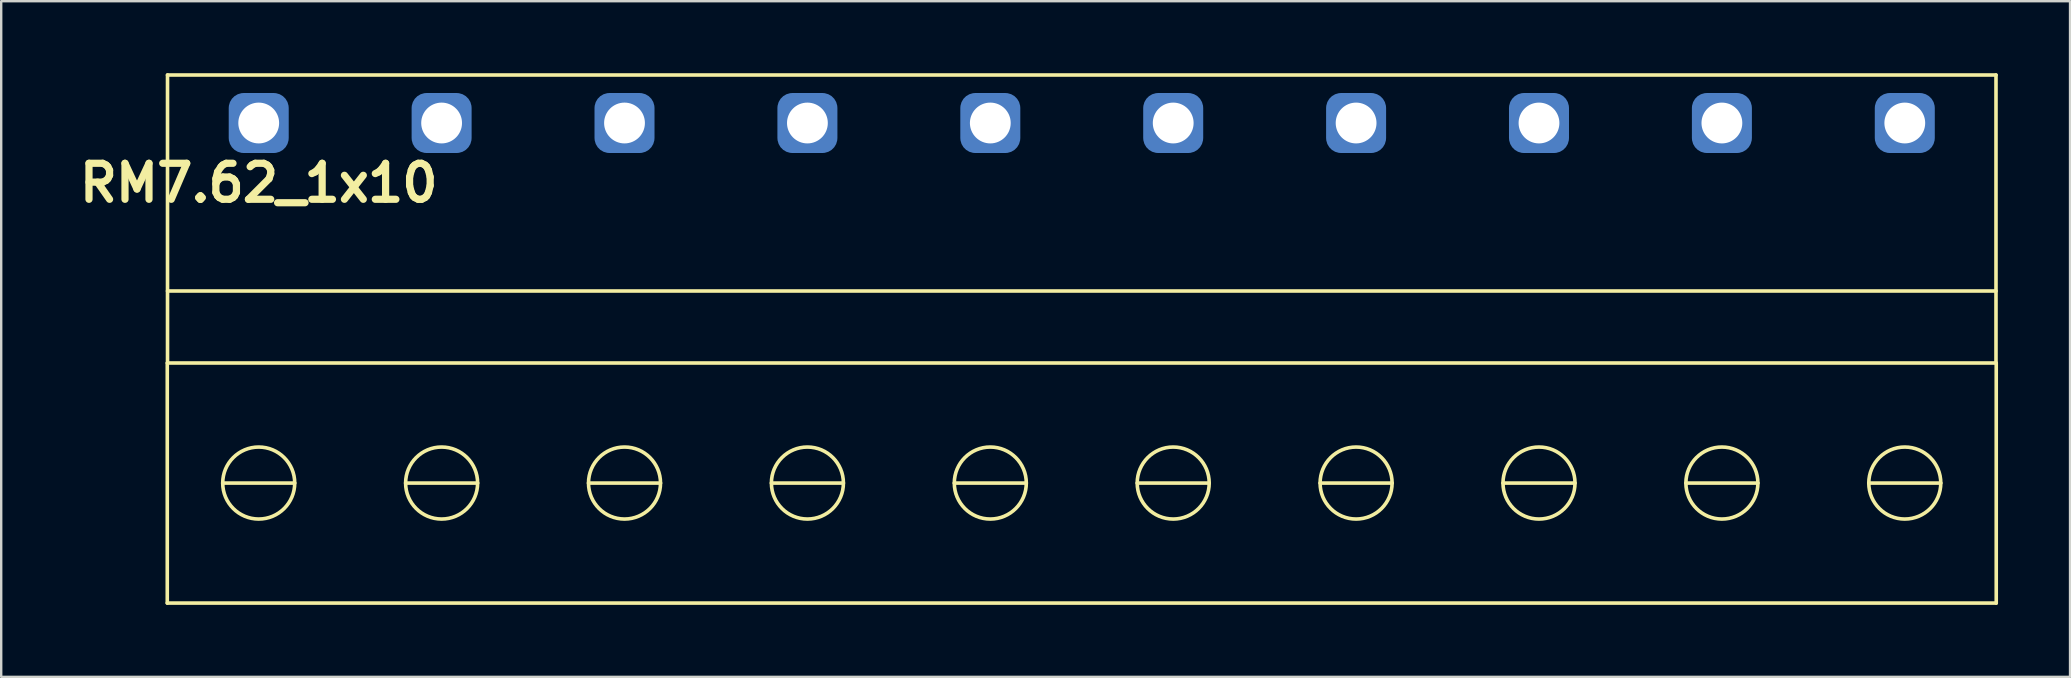
<source format=kicad_pcb>
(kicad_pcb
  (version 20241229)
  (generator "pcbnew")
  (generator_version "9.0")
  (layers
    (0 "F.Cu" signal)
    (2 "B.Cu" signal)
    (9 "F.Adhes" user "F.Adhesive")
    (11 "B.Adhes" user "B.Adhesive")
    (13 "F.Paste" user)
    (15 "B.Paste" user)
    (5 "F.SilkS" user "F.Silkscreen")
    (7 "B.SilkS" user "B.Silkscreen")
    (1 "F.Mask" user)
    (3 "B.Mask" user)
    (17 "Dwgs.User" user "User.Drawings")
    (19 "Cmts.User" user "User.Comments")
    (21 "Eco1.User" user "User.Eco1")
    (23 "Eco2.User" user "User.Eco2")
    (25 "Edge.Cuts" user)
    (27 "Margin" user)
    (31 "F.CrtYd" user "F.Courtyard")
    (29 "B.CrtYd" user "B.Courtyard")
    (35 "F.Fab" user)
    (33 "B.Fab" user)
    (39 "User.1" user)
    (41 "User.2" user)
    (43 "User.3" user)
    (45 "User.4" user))
  (footprint "RM7.62_1x10"
    (layer "F.Cu")
    (at 7.729 2.075)
    (property "Reference" "RM7.62_1x10" (at 0 2.5 0) (layer "F.SilkS") (effects (font (size 1.5 1.5) (thickness 0.3))))
    (attr through_hole)
    (fp_line (start -3.81 20) (end -3.81 10) (stroke (width 0.15) (type solid)) (layer "F.SilkS"))
    (fp_line (start -3.81 20) (end 72.39 20) (stroke (width 0.15) (type solid)) (layer "F.SilkS"))
    (fp_line (start -3.8 -2) (end -3.8 10) (stroke (width 0.15) (type solid)) (layer "F.SilkS"))
    (fp_line (start -3.8 7) (end 72.38 7) (stroke (width 0.15) (type solid)) (layer "F.SilkS"))
    (fp_line (start -3.8 10) (end 72.38 10) (stroke (width 0.15) (type solid)) (layer "F.SilkS"))
    (fp_line (start -1.5 15) (end 1.5 15) (stroke (width 0.15) (type solid)) (layer "F.SilkS"))
    (fp_line (start 6.12 15) (end 9.12 15) (stroke (width 0.15) (type solid)) (layer "F.SilkS"))
    (fp_line (start 13.74 15) (end 16.74 15) (stroke (width 0.15) (type solid)) (layer "F.SilkS"))
    (fp_line (start 21.36 15) (end 24.36 15) (stroke (width 0.15) (type solid)) (layer "F.SilkS"))
    (fp_line (start 28.98 15) (end 31.98 15) (stroke (width 0.15) (type solid)) (layer "F.SilkS"))
    (fp_line (start 36.6 15) (end 39.6 15) (stroke (width 0.15) (type solid)) (layer "F.SilkS"))
    (fp_line (start 44.22 15) (end 47.22 15) (stroke (width 0.15) (type solid)) (layer "F.SilkS"))
    (fp_line (start 51.84 15) (end 54.84 15) (stroke (width 0.15) (type solid)) (layer "F.SilkS"))
    (fp_line (start 59.46 15) (end 62.46 15) (stroke (width 0.15) (type solid)) (layer "F.SilkS"))
    (fp_line (start 67.08 15) (end 70.08 15) (stroke (width 0.15) (type solid)) (layer "F.SilkS"))
    (fp_line (start 72.38 -2) (end -3.8 -2) (stroke (width 0.15) (type solid)) (layer "F.SilkS"))
    (fp_line (start 72.38 10) (end 72.38 -2) (stroke (width 0.15) (type solid)) (layer "F.SilkS"))
    (fp_line (start 72.39 20) (end 72.39 10) (stroke (width 0.15) (type solid)) (layer "F.SilkS"))
    (fp_circle (center 0 15) (end 0 13.5) (stroke (width 0.15) (type solid)) (fill no) (layer "F.SilkS"))
    (fp_circle (center 7.62 15) (end 7.62 13.5) (stroke (width 0.15) (type solid)) (fill no) (layer "F.SilkS"))
    (fp_circle (center 15.24 15) (end 15.24 13.5) (stroke (width 0.15) (type solid)) (fill no) (layer "F.SilkS"))
    (fp_circle (center 22.86 15) (end 22.86 13.5) (stroke (width 0.15) (type solid)) (fill no) (layer "F.SilkS"))
    (fp_circle (center 30.48 15) (end 30.48 13.5) (stroke (width 0.15) (type solid)) (fill no) (layer "F.SilkS"))
    (fp_circle (center 38.1 15) (end 38.1 13.5) (stroke (width 0.15) (type solid)) (fill no) (layer "F.SilkS"))
    (fp_circle (center 45.72 15) (end 45.72 13.5) (stroke (width 0.15) (type solid)) (fill no) (layer "F.SilkS"))
    (fp_circle (center 53.34 15) (end 53.34 13.5) (stroke (width 0.15) (type solid)) (fill no) (layer "F.SilkS"))
    (fp_circle (center 60.96 15) (end 60.96 13.5) (stroke (width 0.15) (type solid)) (fill no) (layer "F.SilkS"))
    (fp_circle (center 68.58 15) (end 68.58 13.5) (stroke (width 0.15) (type solid)) (fill no) (layer "F.SilkS"))
    (pad "1" thru_hole circle (at 0 0) (size 2 2) (drill 1.7) (layers "*.Cu" "*.Mask"))
    (pad "1" smd roundrect (at 0 0) (size 2.5 2.5) (layers "B.Cu" "B.Mask") (roundrect_rratio 0.25))
    (pad "2" thru_hole circle (at 7.62 0) (size 2 2) (drill 1.7) (layers "*.Cu" "*.Mask"))
    (pad "2" smd roundrect (at 7.62 0) (size 2.5 2.5) (layers "B.Cu" "B.Mask") (roundrect_rratio 0.25))
    (pad "3" thru_hole circle (at 15.24 0) (size 2 2) (drill 1.7) (layers "*.Cu" "*.Mask"))
    (pad "3" smd roundrect (at 15.24 0) (size 2.5 2.5) (layers "B.Cu" "B.Mask") (roundrect_rratio 0.25))
    (pad "4" thru_hole circle (at 22.86 0) (size 2 2) (drill 1.7) (layers "*.Cu" "*.Mask"))
    (pad "4" smd roundrect (at 22.86 0) (size 2.5 2.5) (layers "B.Cu" "B.Mask") (roundrect_rratio 0.25))
    (pad "5" thru_hole circle (at 30.48 0) (size 2 2) (drill 1.7) (layers "*.Cu" "*.Mask"))
    (pad "5" smd roundrect (at 30.48 0) (size 2.5 2.5) (layers "B.Cu" "B.Mask") (roundrect_rratio 0.25))
    (pad "6" thru_hole circle (at 38.1 0) (size 2 2) (drill 1.7) (layers "*.Cu" "*.Mask"))
    (pad "6" smd roundrect (at 38.1 0) (size 2.5 2.5) (layers "B.Cu" "B.Mask") (roundrect_rratio 0.25))
    (pad "7" thru_hole circle (at 45.72 0) (size 2 2) (drill 1.7) (layers "*.Cu" "*.Mask"))
    (pad "7" smd roundrect (at 45.72 0) (size 2.5 2.5) (layers "B.Cu" "B.Mask") (roundrect_rratio 0.25))
    (pad "8" thru_hole circle (at 53.34 0) (size 2 2) (drill 1.7) (layers "*.Cu" "*.Mask"))
    (pad "8" smd roundrect (at 53.34 0) (size 2.5 2.5) (layers "B.Cu" "B.Mask") (roundrect_rratio 0.25))
    (pad "9" thru_hole circle (at 60.96 0) (size 2 2) (drill 1.7) (layers "*.Cu" "*.Mask"))
    (pad "9" smd roundrect (at 60.96 0) (size 2.5 2.5) (layers "B.Cu" "B.Mask") (roundrect_rratio 0.25))
    (pad "10" thru_hole circle (at 68.58 0) (size 2 2) (drill 1.7) (layers "*.Cu" "*.Mask"))
    (pad "10" smd roundrect (at 68.58 0) (size 2.5 2.5) (layers "B.Cu" "B.Mask") (roundrect_rratio 0.25)))
  (gr_rect
    (start -3 -3)
    (end 83.194 25.15)
    (stroke (width 0.1) (type default))
    (fill no)
    (layer "Edge.Cuts")))
</source>
